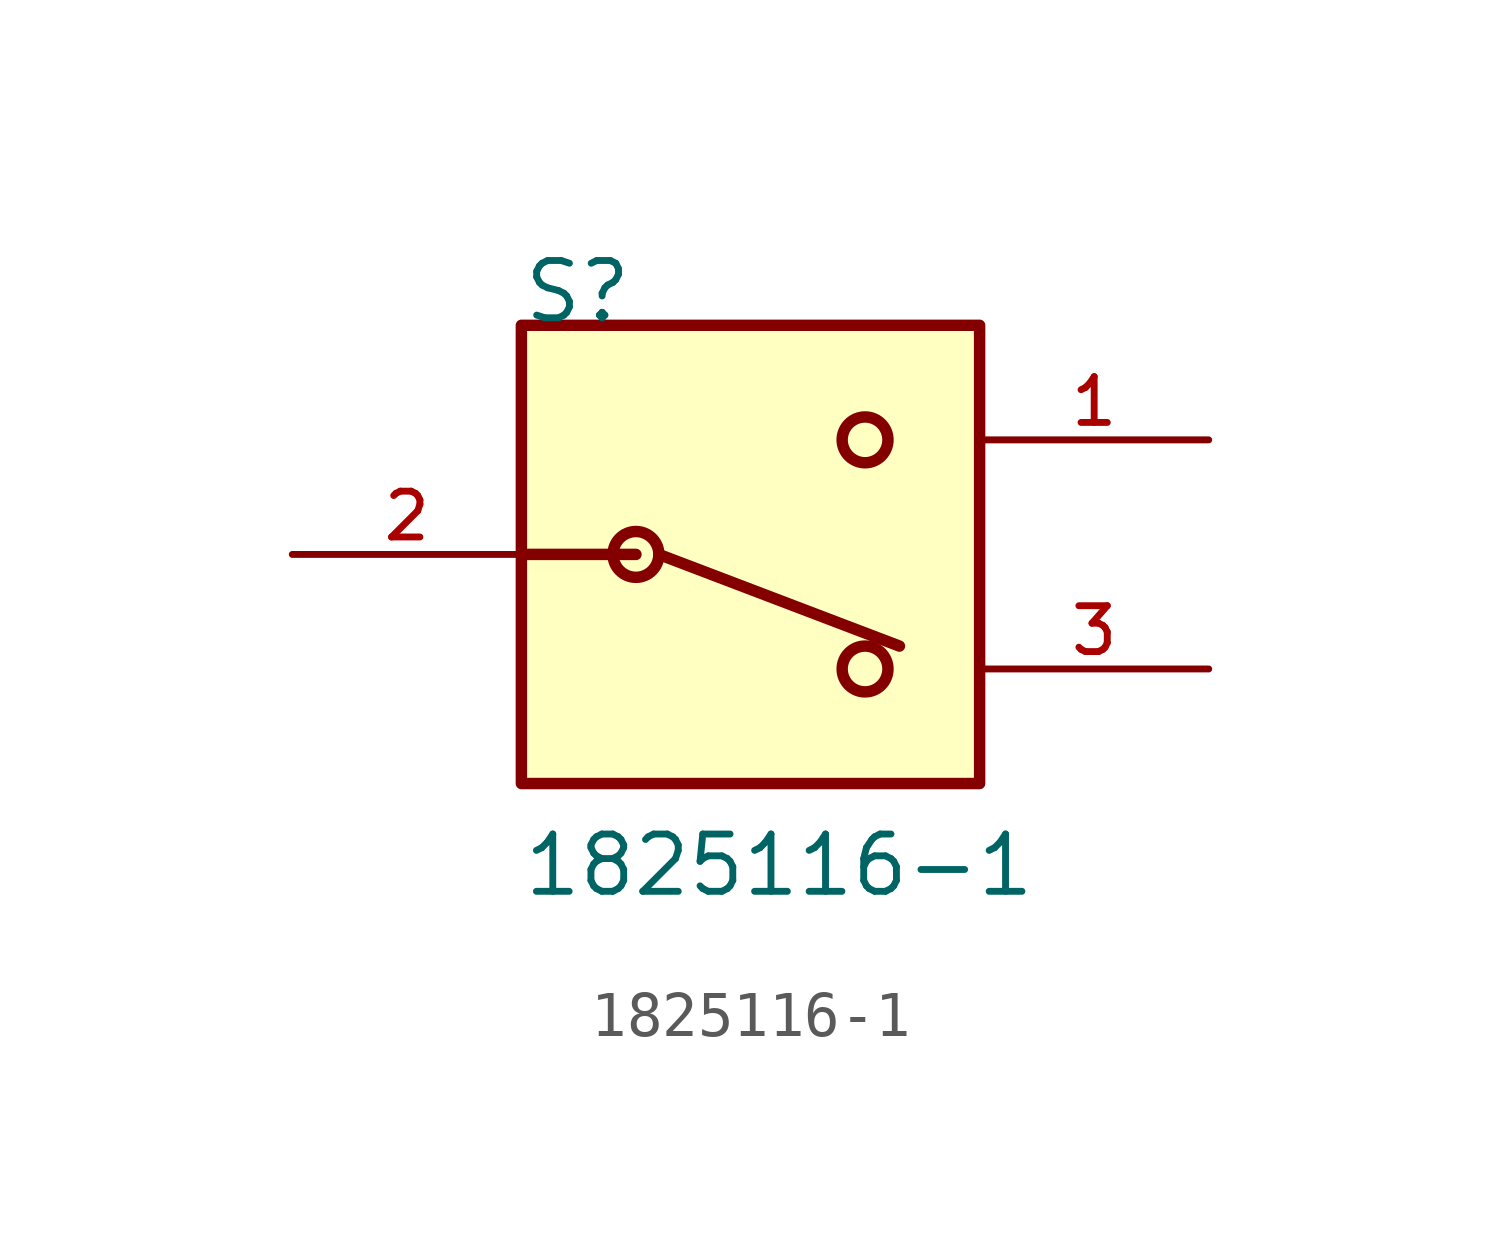
<source format=kicad_sym>
(kicad_symbol_lib
  (version 20211014)
  (generator kicad_symbol_editor)
  (symbol "1825116-1"
    (pin_names
      (offset 1.016))
    (property "Reference" "S"
      (at -5.083 5.083 0)
      (effects (font (size 1.27 1.27)) (justify bottom left)))
    (property "Value" "1825116-1"
      (at -5.089 -7.633 0)
      (effects (font (size 1.27 1.27)) (justify bottom left)))
    (symbol "1825116-1_0_0"
      (circle (center -2.54 0.0) (radius 0.508) (stroke (width 0.254)) (fill (type none)))
      (circle (center 2.54 -2.54) (radius 0.508) (stroke (width 0.254)) (fill (type none)))
      (circle (center 2.54 2.54) (radius 0.508) (stroke (width 0.254)) (fill (type none)))
      (polyline (pts (xy -5.08 0.0) (xy -2.54 0.0)) (stroke (width 0.254)))
      (polyline (pts (xy -2.032 0.0) (xy 3.302 -2.032)) (stroke (width 0.254)))
      (rectangle (start -5.08 -5.08) (end 5.08 5.08) (stroke (width 0.254)) (fill (type background)))
      (pin passive line (at 10.16 2.54 180.0) (length 5.08) (name "~" (effects (font (size 1.016 1.016)))) (number "1" (effects (font (size 1.016 1.016)))))
      (pin passive line (at -10.16 0.0 0) (length 5.08) (name "~" (effects (font (size 1.016 1.016)))) (number "2" (effects (font (size 1.016 1.016)))))
      (pin passive line (at 10.16 -2.54 180.0) (length 5.08) (name "~" (effects (font (size 1.016 1.016)))) (number "3" (effects (font (size 1.016 1.016))))))))
</source>
